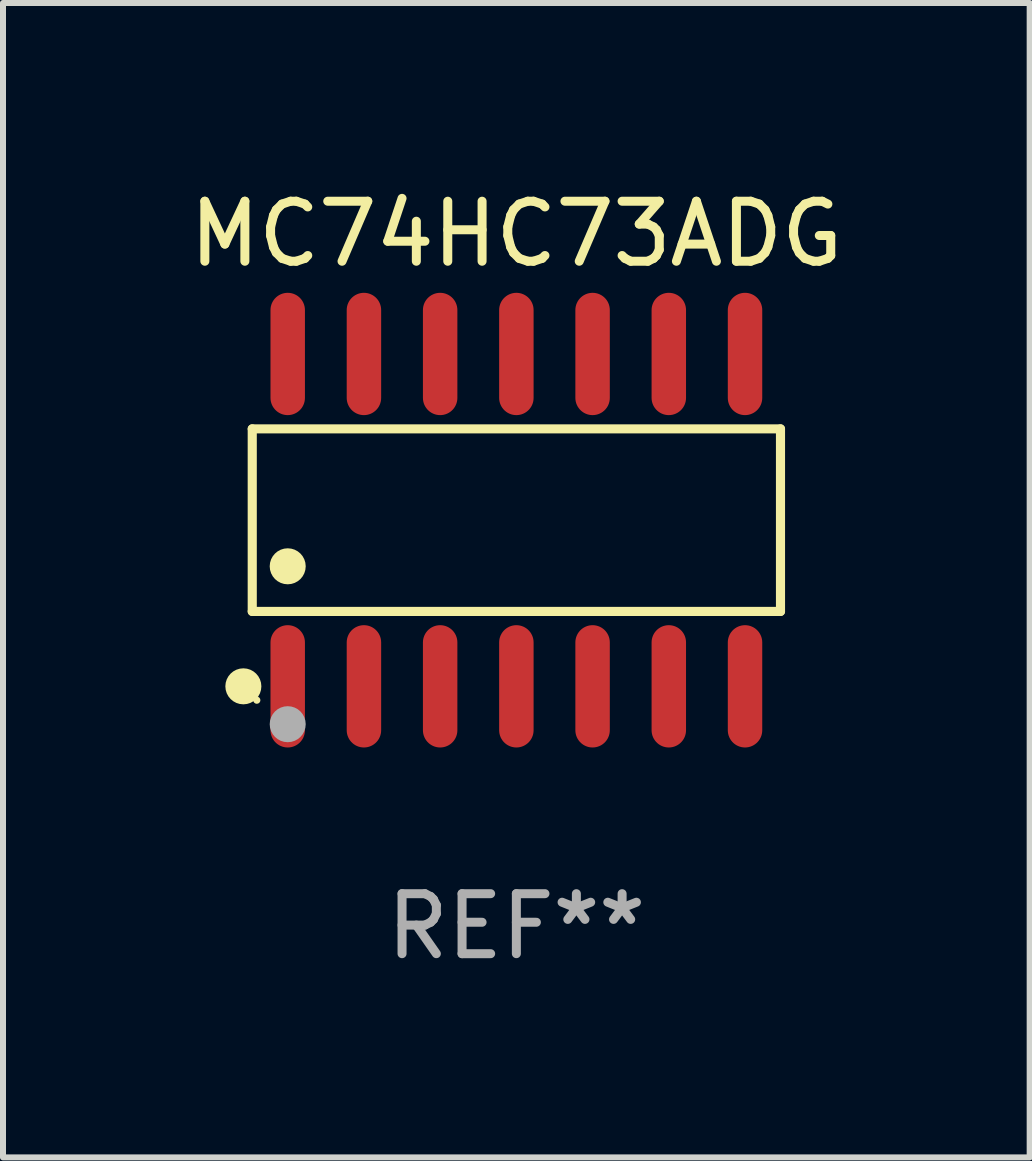
<source format=kicad_pcb>
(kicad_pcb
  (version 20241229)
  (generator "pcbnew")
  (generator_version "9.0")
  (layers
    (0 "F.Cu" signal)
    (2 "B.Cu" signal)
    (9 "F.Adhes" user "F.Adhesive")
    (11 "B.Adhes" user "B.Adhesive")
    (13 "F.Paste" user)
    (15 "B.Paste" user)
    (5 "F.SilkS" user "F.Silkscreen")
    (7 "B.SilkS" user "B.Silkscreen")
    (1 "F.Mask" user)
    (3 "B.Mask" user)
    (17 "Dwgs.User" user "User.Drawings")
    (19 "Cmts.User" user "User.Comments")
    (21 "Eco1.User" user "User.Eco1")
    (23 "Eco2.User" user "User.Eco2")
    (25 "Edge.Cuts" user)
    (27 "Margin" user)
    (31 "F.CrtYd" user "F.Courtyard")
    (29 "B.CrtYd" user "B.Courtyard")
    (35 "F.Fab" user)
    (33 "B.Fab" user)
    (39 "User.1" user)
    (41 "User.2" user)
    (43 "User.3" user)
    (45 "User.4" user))
  (footprint "MC74HC73ADG"
    (layer "F.Cu")
    (at 5.554 5.617)
    (property "Reference" "MC74HC73ADG" (at 0 -4.769 0) (layer "F.SilkS") (effects (font (size 1 1) (thickness 0.15))))
    (attr through_hole)
    (fp_line (start -4.401 -1.521) (end 4.401 -1.521) (stroke (width 0.152) (type solid)) (layer "F.SilkS"))
    (fp_line (start -4.401 1.521) (end -4.401 -1.521) (stroke (width 0.152) (type solid)) (layer "F.SilkS"))
    (fp_line (start 4.401 -1.521) (end 4.401 1.521) (stroke (width 0.152) (type solid)) (layer "F.SilkS"))
    (fp_line (start 4.401 1.521) (end -4.401 1.521) (stroke (width 0.152) (type solid)) (layer "F.SilkS"))
    (fp_circle (center -4.549 2.769) (end -4.399 2.769) (stroke (width 0.3) (type solid)) (fill no) (layer "F.SilkS"))
    (fp_circle (center -4.325 3) (end -4.295 3) (stroke (width 0.06) (type solid)) (fill no) (layer "F.SilkS"))
    (fp_circle (center -3.81 0.769) (end -3.66 0.769) (stroke (width 0.3) (type solid)) (fill no) (layer "F.SilkS"))
    (fp_circle (center -3.81 3.4) (end -3.66 3.4) (stroke (width 0.3) (type solid)) (fill no) (layer "F.Fab"))
    (fp_text user "REF**" (at 0 6.769 0) (layer "F.Fab") (effects (font (size 1 1) (thickness 0.15))))
    (pad "1" smd oval (at -3.81 2.769) (size 0.574 2.038) (layers "F.Cu" "F.Mask" "F.Paste"))
    (pad "2" smd oval (at -2.54 2.769) (size 0.574 2.038) (layers "F.Cu" "F.Mask" "F.Paste"))
    (pad "3" smd oval (at -1.27 2.769) (size 0.574 2.038) (layers "F.Cu" "F.Mask" "F.Paste"))
    (pad "4" smd oval (at 0 2.769) (size 0.574 2.038) (layers "F.Cu" "F.Mask" "F.Paste"))
    (pad "5" smd oval (at 1.27 2.769) (size 0.574 2.038) (layers "F.Cu" "F.Mask" "F.Paste"))
    (pad "6" smd oval (at 2.54 2.769) (size 0.574 2.038) (layers "F.Cu" "F.Mask" "F.Paste"))
    (pad "7" smd oval (at 3.81 2.769) (size 0.574 2.038) (layers "F.Cu" "F.Mask" "F.Paste"))
    (pad "8" smd oval (at 3.81 -2.769) (size 0.574 2.038) (layers "F.Cu" "F.Mask" "F.Paste"))
    (pad "9" smd oval (at 2.54 -2.769) (size 0.574 2.038) (layers "F.Cu" "F.Mask" "F.Paste"))
    (pad "10" smd oval (at 1.27 -2.769) (size 0.574 2.038) (layers "F.Cu" "F.Mask" "F.Paste"))
    (pad "11" smd oval (at 0 -2.769) (size 0.574 2.038) (layers "F.Cu" "F.Mask" "F.Paste"))
    (pad "12" smd oval (at -1.27 -2.769) (size 0.574 2.038) (layers "F.Cu" "F.Mask" "F.Paste"))
    (pad "13" smd oval (at -2.54 -2.769) (size 0.574 2.038) (layers "F.Cu" "F.Mask" "F.Paste"))
    (pad "14" smd oval (at -3.81 -2.769) (size 0.574 2.038) (layers "F.Cu" "F.Mask" "F.Paste")))
  (gr_rect
    (start -3 -3)
    (end 14.107 16.235)
    (stroke (width 0.1) (type default))
    (fill no)
    (layer "Edge.Cuts")))
</source>
